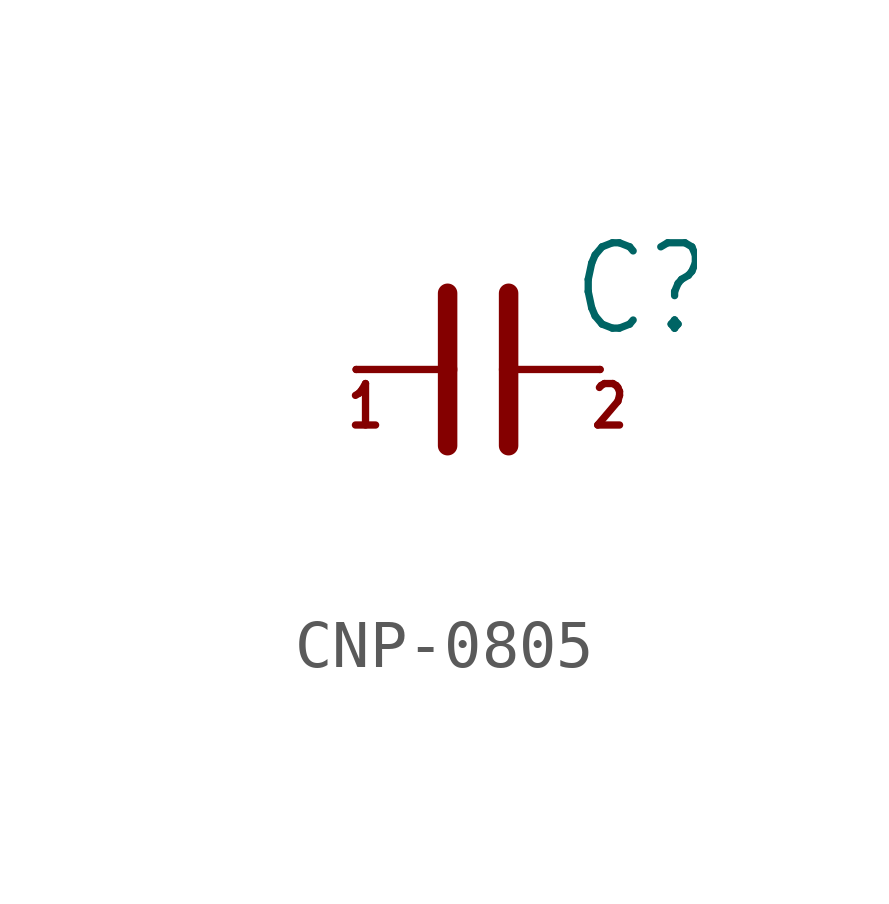
<source format=kicad_sym>
(kicad_symbol_lib
  (version 20241209)
  (generator "kicad_symbol_editor")
  (generator_version "9.0")
  (symbol "CNP-0805"
    (property "Reference" "C"
      (at 1.905 0.635 0)
      (effects (font (size 1.778 1.511)) (justify left bottom)))
    (property "Value" ""
      (at -5.08 -4.128 0)
      (effects (font (size 1.778 1.511)) (justify left bottom)))
    (property "ki_locked" ""
      (at 0 0 0)
      (effects (font (size 1.27 1.27))))
    (symbol "CNP-0805_1_0"
      (polyline (pts (xy -2.54 0) (xy -0.635 0)) (stroke (width 0.152) (type solid)) (fill (type none)))
      (polyline (pts (xy -0.635 1.587) (xy -0.635 0)) (stroke (width 0.406) (type solid)) (fill (type none)))
      (polyline (pts (xy -0.635 0) (xy -0.635 -1.587)) (stroke (width 0.406) (type solid)) (fill (type none)))
      (polyline (pts (xy 0.635 1.587) (xy 0.635 0)) (stroke (width 0.406) (type solid)) (fill (type none)))
      (polyline (pts (xy 0.635 0) (xy 0.635 -1.587)) (stroke (width 0.406) (type solid)) (fill (type none)))
      (polyline (pts (xy 2.54 0) (xy 0.635 0)) (stroke (width 0.152) (type solid)) (fill (type none)))
      (text "1" (at -2.794 -1.27 0) (effects (font (size 0.864 0.734)) (justify left bottom)))
      (text "2" (at 2.286 -1.27 0) (effects (font (size 0.864 0.734)) (justify left bottom)))
      (pin passive line (at -2.54 0 0) (length 0) (name "1" (effects (font (size 0 0)))) (number "1" (effects (font (size 0 0)))))
      (pin passive line (at 2.54 0 180) (length 0) (name "2" (effects (font (size 0 0)))) (number "2" (effects (font (size 0 0))))))))
</source>
